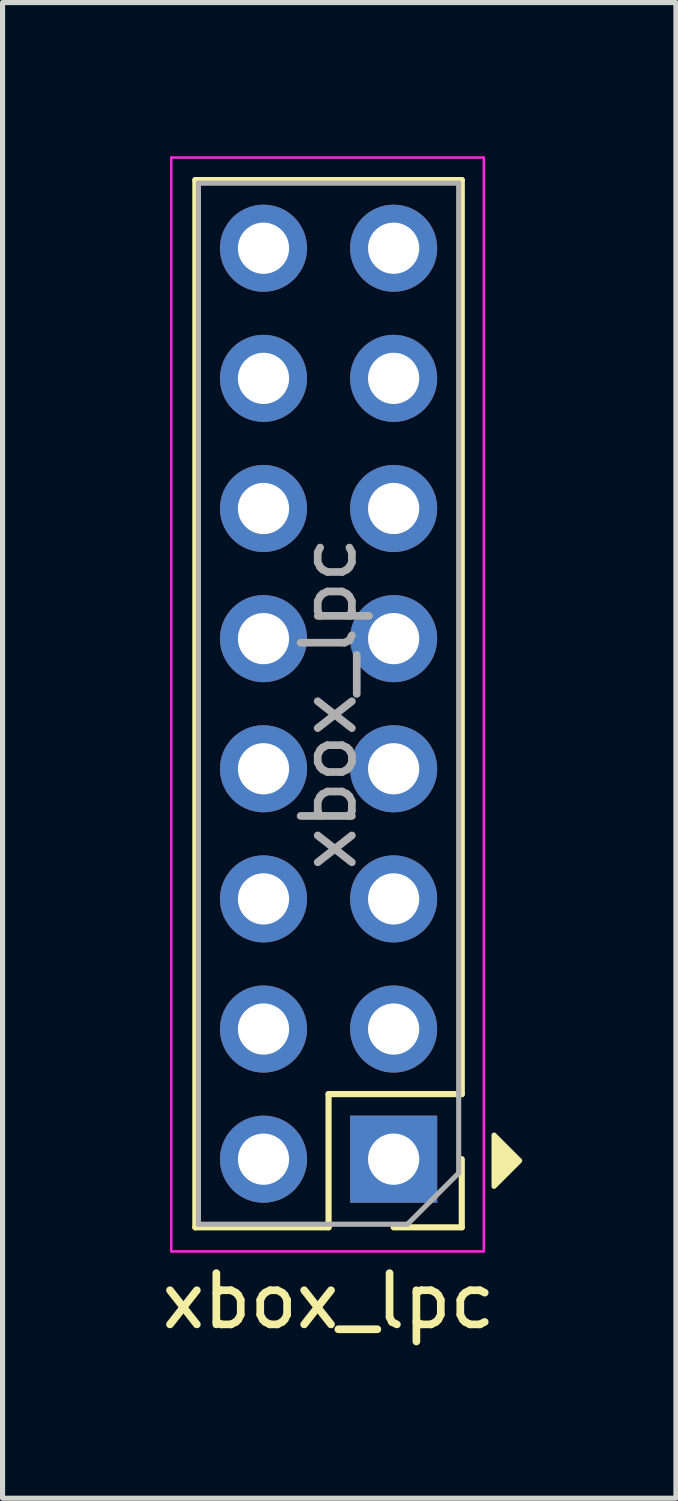
<source format=kicad_pcb>
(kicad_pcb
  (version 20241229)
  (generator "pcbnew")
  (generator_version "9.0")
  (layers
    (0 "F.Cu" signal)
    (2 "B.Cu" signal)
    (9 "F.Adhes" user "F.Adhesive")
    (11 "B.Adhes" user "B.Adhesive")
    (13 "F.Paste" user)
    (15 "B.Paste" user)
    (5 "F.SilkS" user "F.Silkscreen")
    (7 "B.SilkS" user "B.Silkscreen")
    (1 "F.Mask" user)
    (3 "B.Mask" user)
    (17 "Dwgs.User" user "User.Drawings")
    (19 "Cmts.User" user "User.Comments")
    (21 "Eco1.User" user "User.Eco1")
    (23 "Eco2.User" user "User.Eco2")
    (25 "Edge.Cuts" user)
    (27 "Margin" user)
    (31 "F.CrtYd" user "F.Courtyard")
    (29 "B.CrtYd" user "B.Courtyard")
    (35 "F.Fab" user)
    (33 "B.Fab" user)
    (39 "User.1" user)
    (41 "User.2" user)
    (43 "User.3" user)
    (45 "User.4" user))
  (footprint "xbox_lpc"
    (layer "F.Cu")
    (at 4.593 19.605)
    (property "Reference" "xbox_lpc" (at -1.23 2.74 0) (layer "F.SilkS") (effects (font (size 1 1) (thickness 0.15))))
    (attr through_hole)
    (fp_line (start -3.83 -19.14) (end 1.37 -19.14) (stroke (width 0.12) (type solid)) (layer "F.SilkS"))
    (fp_line (start -3.83 1.3) (end -3.83 -19.14) (stroke (width 0.12) (type solid)) (layer "F.SilkS"))
    (fp_line (start -3.83 1.3) (end -1.23 1.3) (stroke (width 0.12) (type solid)) (layer "F.SilkS"))
    (fp_line (start -1.23 -1.3) (end 1.37 -1.3) (stroke (width 0.12) (type solid)) (layer "F.SilkS"))
    (fp_line (start -1.23 1.3) (end -1.23 -1.3) (stroke (width 0.12) (type solid)) (layer "F.SilkS"))
    (fp_line (start 0.04 1.3) (end 1.37 1.3) (stroke (width 0.12) (type solid)) (layer "F.SilkS"))
    (fp_line (start 1.37 -1.3) (end 1.37 -19.14) (stroke (width 0.12) (type solid)) (layer "F.SilkS"))
    (fp_line (start 1.37 1.3) (end 1.37 -0.03) (stroke (width 0.12) (type solid)) (layer "F.SilkS"))
    (fp_poly (pts (xy 2 -0.5) (xy 2 0.5) (xy 2.5 0)) (stroke (width 0.1) (type solid)) (fill yes) (layer "F.SilkS"))
    (fp_line (start -4.3 -19.58) (end -4.3 1.77) (stroke (width 0.05) (type solid)) (layer "F.CrtYd"))
    (fp_line (start -4.3 1.77) (end 1.8 1.77) (stroke (width 0.05) (type solid)) (layer "F.CrtYd"))
    (fp_line (start 1.8 -19.58) (end -4.3 -19.58) (stroke (width 0.05) (type solid)) (layer "F.CrtYd"))
    (fp_line (start 1.8 1.77) (end 1.8 -19.58) (stroke (width 0.05) (type solid)) (layer "F.CrtYd"))
    (fp_line (start -3.77 -19.08) (end -3.77 1.24) (stroke (width 0.1) (type solid)) (layer "F.Fab"))
    (fp_line (start -3.77 1.24) (end 0.31 1.24) (stroke (width 0.1) (type solid)) (layer "F.Fab"))
    (fp_line (start 0.31 1.24) (end 1.31 0.24) (stroke (width 0.1) (type solid)) (layer "F.Fab"))
    (fp_line (start 1.31 -19.08) (end -3.77 -19.08) (stroke (width 0.1) (type solid)) (layer "F.Fab"))
    (fp_line (start 1.31 0.24) (end 1.31 -19.08) (stroke (width 0.1) (type solid)) (layer "F.Fab"))
    (fp_text user "${REFERENCE}" (at -1.23 -8.92 90) (layer "F.Fab") (effects (font (size 1 1) (thickness 0.15))))
    (pad "1" thru_hole rect (at 0.04 -0.03) (size 1.7 1.7) (drill 1) (layers "*.Cu" "*.Mask"))
    (pad "2" thru_hole oval (at -2.5 -0.03) (size 1.7 1.7) (drill 1) (layers "*.Cu" "*.Mask"))
    (pad "3" thru_hole oval (at 0.04 -2.57) (size 1.7 1.7) (drill 1) (layers "*.Cu" "*.Mask"))
    (pad "4" thru_hole oval (at -2.5 -2.57) (size 1.7 1.7) (drill 1) (layers "*.Cu" "*.Mask"))
    (pad "5" thru_hole oval (at 0.04 -5.11) (size 1.7 1.7) (drill 1) (layers "*.Cu" "*.Mask"))
    (pad "6" thru_hole oval (at -2.5 -5.11) (size 1.7 1.7) (drill 1) (layers "*.Cu" "*.Mask"))
    (pad "7" thru_hole oval (at 0.04 -7.65) (size 1.7 1.7) (drill 1) (layers "*.Cu" "*.Mask"))
    (pad "8" thru_hole oval (at -2.5 -7.65) (size 1.7 1.7) (drill 1) (layers "*.Cu" "*.Mask"))
    (pad "9" thru_hole oval (at 0.04 -10.19) (size 1.7 1.7) (drill 1) (layers "*.Cu" "*.Mask"))
    (pad "10" thru_hole oval (at -2.5 -10.19) (size 1.7 1.7) (drill 1) (layers "*.Cu" "*.Mask"))
    (pad "11" thru_hole oval (at 0.04 -12.73) (size 1.7 1.7) (drill 1) (layers "*.Cu" "*.Mask"))
    (pad "12" thru_hole oval (at -2.5 -12.73) (size 1.7 1.7) (drill 1) (layers "*.Cu" "*.Mask"))
    (pad "13" thru_hole oval (at 0.04 -15.27) (size 1.7 1.7) (drill 1) (layers "*.Cu" "*.Mask"))
    (pad "14" thru_hole oval (at -2.5 -15.27) (size 1.7 1.7) (drill 1) (layers "*.Cu" "*.Mask"))
    (pad "15" thru_hole oval (at 0.04 -17.81) (size 1.7 1.7) (drill 1) (layers "*.Cu" "*.Mask"))
    (pad "16" thru_hole oval (at -2.5 -17.81) (size 1.7 1.7) (drill 1) (layers "*.Cu" "*.Mask")))
  (gr_rect
    (start -3 -3)
    (end 10.143 26.193)
    (stroke (width 0.1) (type default))
    (fill no)
    (layer "Edge.Cuts")))
</source>
